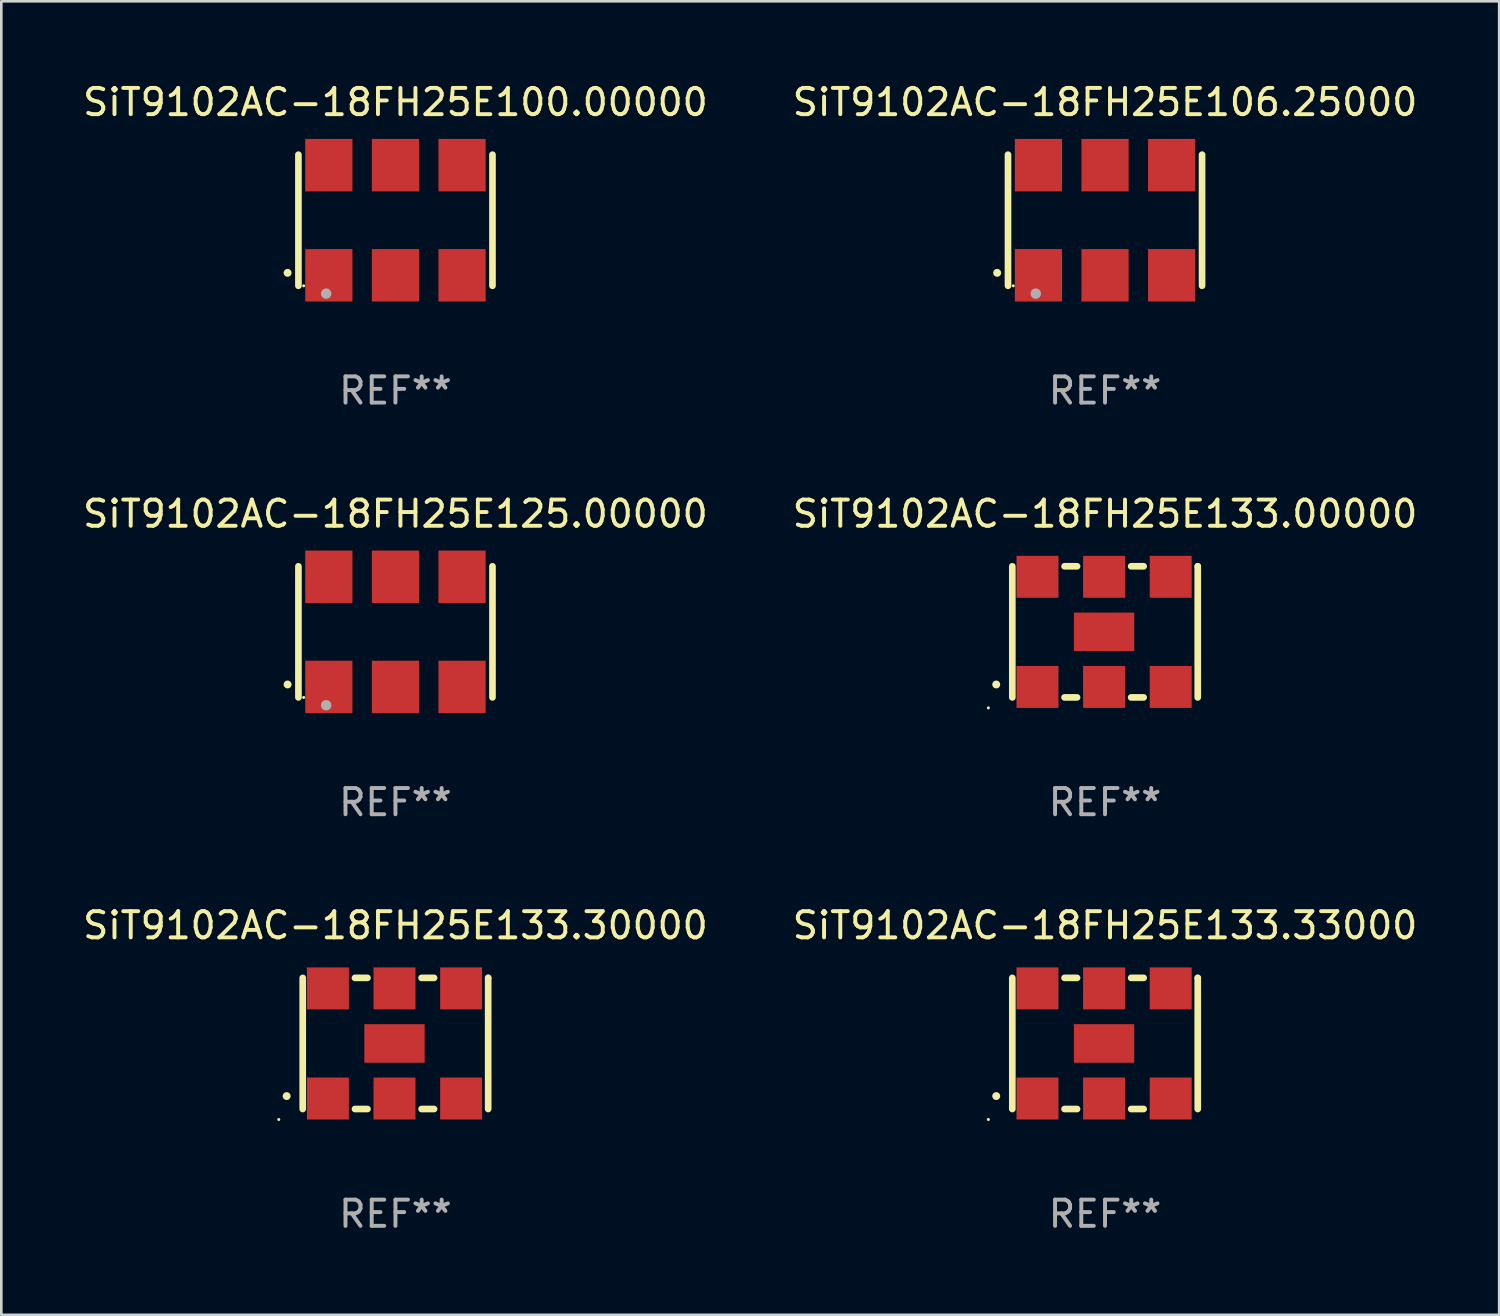
<source format=kicad_pcb>
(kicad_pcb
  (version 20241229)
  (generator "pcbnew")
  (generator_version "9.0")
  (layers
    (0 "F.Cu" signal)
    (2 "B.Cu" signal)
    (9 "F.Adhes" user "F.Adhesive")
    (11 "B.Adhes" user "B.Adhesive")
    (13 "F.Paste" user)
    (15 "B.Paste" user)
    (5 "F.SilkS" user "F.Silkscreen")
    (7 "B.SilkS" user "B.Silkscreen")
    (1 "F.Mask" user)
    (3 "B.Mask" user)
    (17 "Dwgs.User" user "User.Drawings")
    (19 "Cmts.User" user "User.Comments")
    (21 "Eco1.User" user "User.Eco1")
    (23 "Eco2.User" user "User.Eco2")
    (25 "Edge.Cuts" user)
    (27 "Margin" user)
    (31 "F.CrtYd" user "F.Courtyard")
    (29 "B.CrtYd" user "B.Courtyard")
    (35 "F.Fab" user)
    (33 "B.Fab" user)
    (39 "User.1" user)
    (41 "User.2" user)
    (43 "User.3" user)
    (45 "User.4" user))
  (footprint "SiT9102AC-18FH25E133.30000"
    (layer "F.Cu")
    (at 12.03 36.741)
    (property "Reference" "SiT9102AC-18FH25E133.30000" (at 0 -4.5 0) (layer "F.SilkS") (effects (font (size 1 1) (thickness 0.15))))
    (attr through_hole)
    (fp_line (start -3.536 -2.5) (end -3.536 2.5) (stroke (width 0.254) (type solid)) (layer "F.SilkS"))
    (fp_line (start -1.544 2.5) (end -1.067 2.5) (stroke (width 0.254) (type solid)) (layer "F.SilkS"))
    (fp_line (start -1.067 -2.5) (end -1.544 -2.5) (stroke (width 0.254) (type solid)) (layer "F.SilkS"))
    (fp_line (start 0.996 2.5) (end 1.473 2.5) (stroke (width 0.254) (type solid)) (layer "F.SilkS"))
    (fp_line (start 1.473 -2.5) (end 0.996 -2.5) (stroke (width 0.254) (type solid)) (layer "F.SilkS"))
    (fp_line (start 3.536 -2.5) (end 3.536 -2.5) (stroke (width 0.254) (type solid)) (layer "F.SilkS"))
    (fp_line (start 3.536 2.5) (end 3.536 -2.5) (stroke (width 0.254) (type solid)) (layer "F.SilkS"))
    (fp_arc (start -4.150432 2.006604) (mid -4.149162 2.006599) (end -4.147892 2.006604) (stroke (width 0.3) (type solid)) (layer "F.SilkS"))
    (fp_circle (center -4.449 2.9) (end -4.419 2.9) (stroke (width 0.06) (type solid)) (fill no) (layer "F.SilkS"))
    (fp_text user "REF**" (at 0 6.5 0) (layer "F.Fab") (effects (font (size 1 1) (thickness 0.15))))
    (pad "1" smd rect (at -2.576 2.1) (size 1.6 1.6) (layers "F.Cu" "F.Mask" "F.Paste"))
    (pad "2" smd rect (at -0.036 2.1) (size 1.6 1.6) (layers "F.Cu" "F.Mask" "F.Paste"))
    (pad "3" smd rect (at 2.504 2.1) (size 1.6 1.6) (layers "F.Cu" "F.Mask" "F.Paste"))
    (pad "4" smd rect (at 2.504 -2.1) (size 1.6 1.6) (layers "F.Cu" "F.Mask" "F.Paste"))
    (pad "5" smd rect (at -0.036 -2.1) (size 1.6 1.6) (layers "F.Cu" "F.Mask" "F.Paste"))
    (pad "6" smd rect (at -2.576 -2.1) (size 1.6 1.6) (layers "F.Cu" "F.Mask" "F.Paste"))
    (pad "7" smd rect (at -0.036 0) (size 2.3 1.47) (layers "F.Cu" "F.Mask" "F.Paste")))
  (footprint "SiT9102AC-18FH25E133.33000"
    (layer "F.Cu")
    (at 39.089 36.741)
    (property "Reference" "SiT9102AC-18FH25E133.33000" (at 0 -4.5 0) (layer "F.SilkS") (effects (font (size 1 1) (thickness 0.15))))
    (attr through_hole)
    (fp_line (start -3.536 -2.5) (end -3.536 2.5) (stroke (width 0.254) (type solid)) (layer "F.SilkS"))
    (fp_line (start -1.544 2.5) (end -1.067 2.5) (stroke (width 0.254) (type solid)) (layer "F.SilkS"))
    (fp_line (start -1.067 -2.5) (end -1.544 -2.5) (stroke (width 0.254) (type solid)) (layer "F.SilkS"))
    (fp_line (start 0.996 2.5) (end 1.473 2.5) (stroke (width 0.254) (type solid)) (layer "F.SilkS"))
    (fp_line (start 1.473 -2.5) (end 0.996 -2.5) (stroke (width 0.254) (type solid)) (layer "F.SilkS"))
    (fp_line (start 3.536 -2.5) (end 3.536 -2.5) (stroke (width 0.254) (type solid)) (layer "F.SilkS"))
    (fp_line (start 3.536 2.5) (end 3.536 -2.5) (stroke (width 0.254) (type solid)) (layer "F.SilkS"))
    (fp_arc (start -4.150432 2.006604) (mid -4.149162 2.006599) (end -4.147892 2.006604) (stroke (width 0.3) (type solid)) (layer "F.SilkS"))
    (fp_circle (center -4.449 2.9) (end -4.419 2.9) (stroke (width 0.06) (type solid)) (fill no) (layer "F.SilkS"))
    (fp_text user "REF**" (at 0 6.5 0) (layer "F.Fab") (effects (font (size 1 1) (thickness 0.15))))
    (pad "1" smd rect (at -2.576 2.1) (size 1.6 1.6) (layers "F.Cu" "F.Mask" "F.Paste"))
    (pad "2" smd rect (at -0.036 2.1) (size 1.6 1.6) (layers "F.Cu" "F.Mask" "F.Paste"))
    (pad "3" smd rect (at 2.504 2.1) (size 1.6 1.6) (layers "F.Cu" "F.Mask" "F.Paste"))
    (pad "4" smd rect (at 2.504 -2.1) (size 1.6 1.6) (layers "F.Cu" "F.Mask" "F.Paste"))
    (pad "5" smd rect (at -0.036 -2.1) (size 1.6 1.6) (layers "F.Cu" "F.Mask" "F.Paste"))
    (pad "6" smd rect (at -2.576 -2.1) (size 1.6 1.6) (layers "F.Cu" "F.Mask" "F.Paste"))
    (pad "7" smd rect (at -0.036 0) (size 2.3 1.47) (layers "F.Cu" "F.Mask" "F.Paste")))
  (footprint "SiT9102AC-18FH25E133.00000"
    (layer "F.Cu")
    (at 39.089 21.045)
    (property "Reference" "SiT9102AC-18FH25E133.00000" (at 0 -4.5 0) (layer "F.SilkS") (effects (font (size 1 1) (thickness 0.15))))
    (attr through_hole)
    (fp_line (start -3.536 -2.5) (end -3.536 2.5) (stroke (width 0.254) (type solid)) (layer "F.SilkS"))
    (fp_line (start -1.544 2.5) (end -1.067 2.5) (stroke (width 0.254) (type solid)) (layer "F.SilkS"))
    (fp_line (start -1.067 -2.5) (end -1.544 -2.5) (stroke (width 0.254) (type solid)) (layer "F.SilkS"))
    (fp_line (start 0.996 2.5) (end 1.473 2.5) (stroke (width 0.254) (type solid)) (layer "F.SilkS"))
    (fp_line (start 1.473 -2.5) (end 0.996 -2.5) (stroke (width 0.254) (type solid)) (layer "F.SilkS"))
    (fp_line (start 3.536 -2.5) (end 3.536 -2.5) (stroke (width 0.254) (type solid)) (layer "F.SilkS"))
    (fp_line (start 3.536 2.5) (end 3.536 -2.5) (stroke (width 0.254) (type solid)) (layer "F.SilkS"))
    (fp_arc (start -4.150432 2.006604) (mid -4.149162 2.006599) (end -4.147892 2.006604) (stroke (width 0.3) (type solid)) (layer "F.SilkS"))
    (fp_circle (center -4.449 2.9) (end -4.419 2.9) (stroke (width 0.06) (type solid)) (fill no) (layer "F.SilkS"))
    (fp_text user "REF**" (at 0 6.5 0) (layer "F.Fab") (effects (font (size 1 1) (thickness 0.15))))
    (pad "1" smd rect (at -2.576 2.1) (size 1.6 1.6) (layers "F.Cu" "F.Mask" "F.Paste"))
    (pad "2" smd rect (at -0.036 2.1) (size 1.6 1.6) (layers "F.Cu" "F.Mask" "F.Paste"))
    (pad "3" smd rect (at 2.504 2.1) (size 1.6 1.6) (layers "F.Cu" "F.Mask" "F.Paste"))
    (pad "4" smd rect (at 2.504 -2.1) (size 1.6 1.6) (layers "F.Cu" "F.Mask" "F.Paste"))
    (pad "5" smd rect (at -0.036 -2.1) (size 1.6 1.6) (layers "F.Cu" "F.Mask" "F.Paste"))
    (pad "6" smd rect (at -2.576 -2.1) (size 1.6 1.6) (layers "F.Cu" "F.Mask" "F.Paste"))
    (pad "7" smd rect (at -0.036 0) (size 2.3 1.47) (layers "F.Cu" "F.Mask" "F.Paste")))
  (footprint "SiT9102AC-18FH25E106.25000"
    (layer "F.Cu")
    (at 39.089 5.348)
    (property "Reference" "SiT9102AC-18FH25E106.25000" (at 0 -4.5 0) (layer "F.SilkS") (effects (font (size 1 1) (thickness 0.15))))
    (attr through_hole)
    (fp_line (start -3.7 -2.5) (end -3.7 2.5) (stroke (width 0.254) (type solid)) (layer "F.SilkS"))
    (fp_line (start 3.7 -2.5) (end 3.7 2.5) (stroke (width 0.254) (type solid)) (layer "F.SilkS"))
    (fp_arc (start -4.114415 2.006604) (mid -4.113145 2.006599) (end -4.111875 2.006604) (stroke (width 0.3) (type solid)) (layer "F.SilkS"))
    (fp_circle (center -3.5 2.501) (end -3.47 2.501) (stroke (width 0.06) (type solid)) (fill no) (layer "F.SilkS"))
    (fp_circle (center -2.641 2.799) (end -2.541 2.799) (stroke (width 0.2) (type solid)) (fill no) (layer "F.Fab"))
    (fp_text user "REF**" (at 0 6.5 0) (layer "F.Fab") (effects (font (size 1 1) (thickness 0.15))))
    (pad "1" smd rect (at -2.54 2.1) (size 1.8 2) (layers "F.Cu" "F.Mask" "F.Paste"))
    (pad "2" smd rect (at 0.000394 2.1) (size 1.8 2) (layers "F.Cu" "F.Mask" "F.Paste"))
    (pad "3" smd rect (at 2.54 2.1) (size 1.8 2) (layers "F.Cu" "F.Mask" "F.Paste"))
    (pad "4" smd rect (at 2.54 -2.1) (size 1.8 2) (layers "F.Cu" "F.Mask" "F.Paste"))
    (pad "5" smd rect (at 0.000394 -2.1) (size 1.8 2) (layers "F.Cu" "F.Mask" "F.Paste"))
    (pad "6" smd rect (at -2.54 -2.1) (size 1.8 2) (layers "F.Cu" "F.Mask" "F.Paste")))
  (footprint "SiT9102AC-18FH25E100.00000"
    (layer "F.Cu")
    (at 12.03 5.348)
    (property "Reference" "SiT9102AC-18FH25E100.00000" (at 0 -4.5 0) (layer "F.SilkS") (effects (font (size 1 1) (thickness 0.15))))
    (attr through_hole)
    (fp_line (start -3.7 -2.5) (end -3.7 2.5) (stroke (width 0.254) (type solid)) (layer "F.SilkS"))
    (fp_line (start 3.7 -2.5) (end 3.7 2.5) (stroke (width 0.254) (type solid)) (layer "F.SilkS"))
    (fp_arc (start -4.114415 2.006604) (mid -4.113145 2.006599) (end -4.111875 2.006604) (stroke (width 0.3) (type solid)) (layer "F.SilkS"))
    (fp_circle (center -3.5 2.501) (end -3.47 2.501) (stroke (width 0.06) (type solid)) (fill no) (layer "F.SilkS"))
    (fp_circle (center -2.641 2.799) (end -2.541 2.799) (stroke (width 0.2) (type solid)) (fill no) (layer "F.Fab"))
    (fp_text user "REF**" (at 0 6.5 0) (layer "F.Fab") (effects (font (size 1 1) (thickness 0.15))))
    (pad "1" smd rect (at -2.54 2.1) (size 1.8 2) (layers "F.Cu" "F.Mask" "F.Paste"))
    (pad "2" smd rect (at 0.000394 2.1) (size 1.8 2) (layers "F.Cu" "F.Mask" "F.Paste"))
    (pad "3" smd rect (at 2.54 2.1) (size 1.8 2) (layers "F.Cu" "F.Mask" "F.Paste"))
    (pad "4" smd rect (at 2.54 -2.1) (size 1.8 2) (layers "F.Cu" "F.Mask" "F.Paste"))
    (pad "5" smd rect (at 0.000394 -2.1) (size 1.8 2) (layers "F.Cu" "F.Mask" "F.Paste"))
    (pad "6" smd rect (at -2.54 -2.1) (size 1.8 2) (layers "F.Cu" "F.Mask" "F.Paste")))
  (footprint "SiT9102AC-18FH25E125.00000"
    (layer "F.Cu")
    (at 12.03 21.045)
    (property "Reference" "SiT9102AC-18FH25E125.00000" (at 0 -4.5 0) (layer "F.SilkS") (effects (font (size 1 1) (thickness 0.15))))
    (attr through_hole)
    (fp_line (start -3.7 -2.5) (end -3.7 2.5) (stroke (width 0.254) (type solid)) (layer "F.SilkS"))
    (fp_line (start 3.7 -2.5) (end 3.7 2.5) (stroke (width 0.254) (type solid)) (layer "F.SilkS"))
    (fp_arc (start -4.114415 2.006604) (mid -4.113145 2.006599) (end -4.111875 2.006604) (stroke (width 0.3) (type solid)) (layer "F.SilkS"))
    (fp_circle (center -3.5 2.501) (end -3.47 2.501) (stroke (width 0.06) (type solid)) (fill no) (layer "F.SilkS"))
    (fp_circle (center -2.641 2.799) (end -2.541 2.799) (stroke (width 0.2) (type solid)) (fill no) (layer "F.Fab"))
    (fp_text user "REF**" (at 0 6.5 0) (layer "F.Fab") (effects (font (size 1 1) (thickness 0.15))))
    (pad "1" smd rect (at -2.54 2.1) (size 1.8 2) (layers "F.Cu" "F.Mask" "F.Paste"))
    (pad "2" smd rect (at 0.000394 2.1) (size 1.8 2) (layers "F.Cu" "F.Mask" "F.Paste"))
    (pad "3" smd rect (at 2.54 2.1) (size 1.8 2) (layers "F.Cu" "F.Mask" "F.Paste"))
    (pad "4" smd rect (at 2.54 -2.1) (size 1.8 2) (layers "F.Cu" "F.Mask" "F.Paste"))
    (pad "5" smd rect (at 0.000394 -2.1) (size 1.8 2) (layers "F.Cu" "F.Mask" "F.Paste"))
    (pad "6" smd rect (at -2.54 -2.1) (size 1.8 2) (layers "F.Cu" "F.Mask" "F.Paste")))
  (gr_rect
    (start -3 -3)
    (end 54.119 47.09)
    (stroke (width 0.1) (type default))
    (fill no)
    (layer "Edge.Cuts")))
</source>
